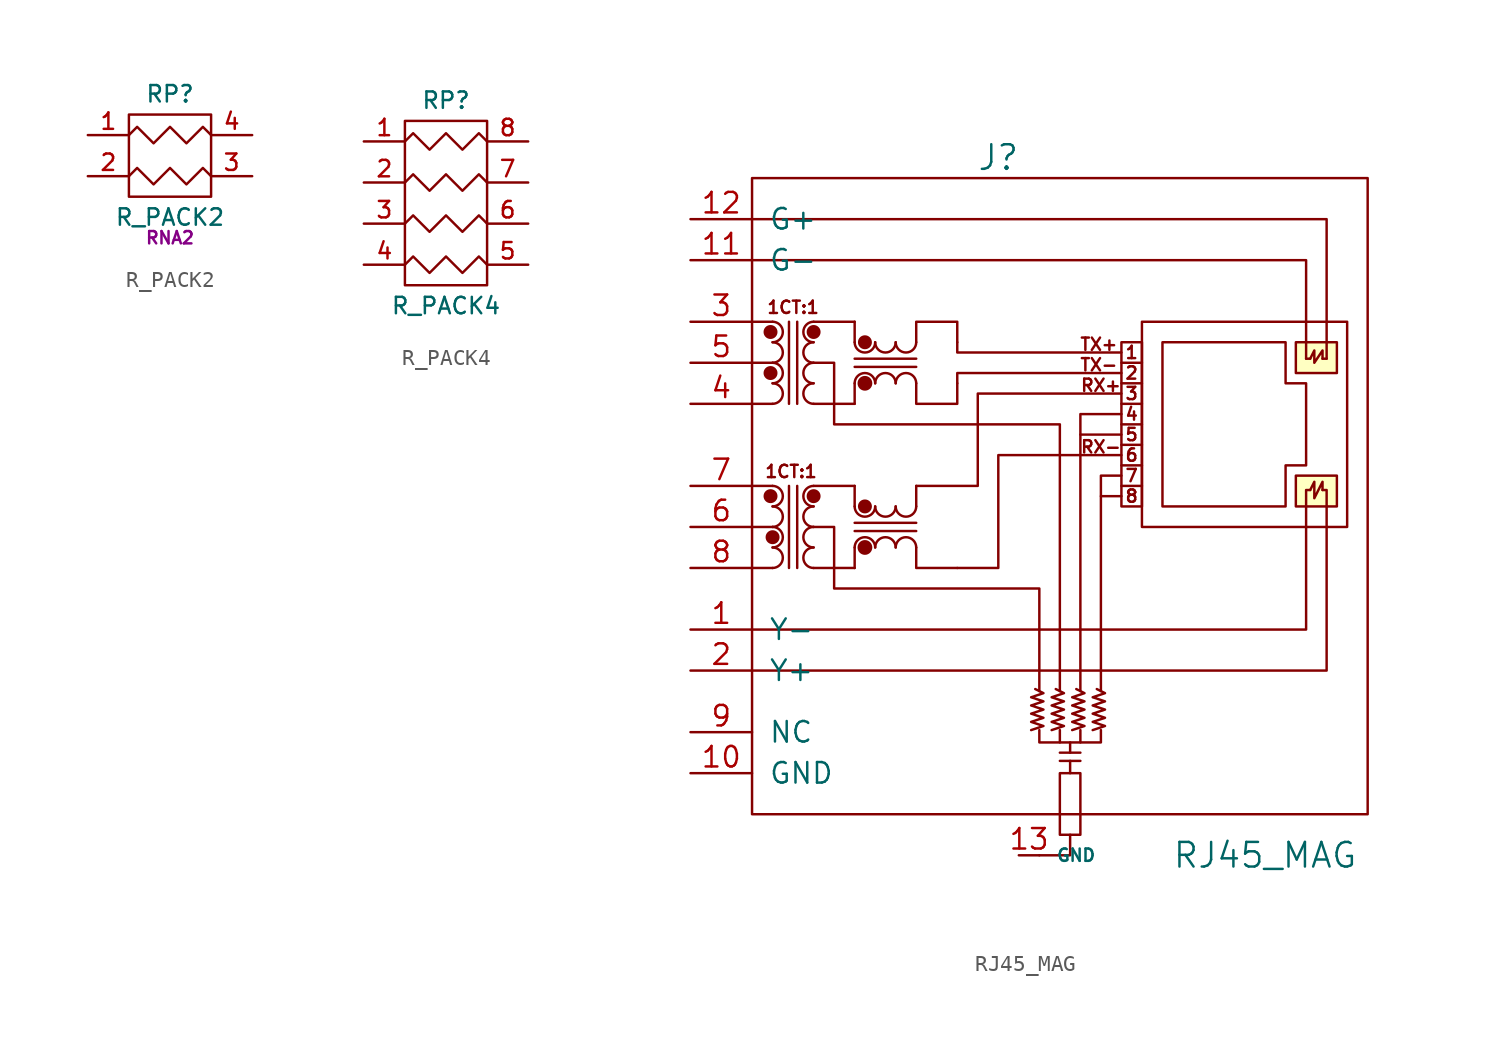
<source format=kicad_sym>
(kicad_symbol_lib
  (version 20220914)
  (generator kicad_symbol_editor)
  (symbol "R_PACK2"
    (pin_names hide)
    (property "Reference" "RP"
      (at 0 3.81 0)
      (effects (font (size 1.016 1.016))))
    (property "Value" "R_PACK2"
      (at 0 -3.81 0)
      (effects (font (size 1.016 1.016))))
    (property "Footprint" "RNA2"
      (at 0 -5.08 0)
      (effects (font (size 0.762 0.762))))
    (property "Datasheet" ""
      (at 0 0 0)
      (effects (font (size 1.524 1.524))))
    (symbol "R_PACK2_0_1"
      (rectangle (start -2.54 2.54) (end 2.54 -2.54) (stroke (width 0) (type default)) (fill (type none)))
      (polyline (pts (xy -2.54 -1.27) (xy -2.032 -0.762) (xy -1.016 -1.778) (xy 0 -0.762) (xy 1.016 -1.778) (xy 2.032 -0.762) (xy 2.54 -1.27)) (stroke (width 0) (type default)) (fill (type none)))
      (polyline (pts (xy -2.54 1.27) (xy -2.032 1.778) (xy -1.016 0.762) (xy 0 1.778) (xy 1.016 0.762) (xy 2.032 1.778) (xy 2.54 1.27)) (stroke (width 0) (type default)) (fill (type none))))
    (symbol "R_PACK2_1_1"
      (pin passive line (at -5.08 1.27 0) (length 2.54) (name "P1" (effects (font (size 1.016 1.016)))) (number "1" (effects (font (size 1.016 1.016)))))
      (pin passive line (at -5.08 -1.27 0) (length 2.54) (name "P2" (effects (font (size 1.016 1.016)))) (number "2" (effects (font (size 1.016 1.016)))))
      (pin passive line (at 5.08 -1.27 180) (length 2.54) (name "R2" (effects (font (size 1.016 1.016)))) (number "3" (effects (font (size 1.016 1.016)))))
      (pin passive line (at 5.08 1.27 180) (length 2.54) (name "R1" (effects (font (size 1.016 1.016)))) (number "4" (effects (font (size 1.016 1.016)))))))
  (symbol "R_PACK4"
    (pin_names hide)
    (property "Reference" "RP"
      (at 0 11.43 0)
      (effects (font (size 1.016 1.016))))
    (property "Value" "R_PACK4"
      (at 0 -1.27 0)
      (effects (font (size 1.016 1.016))))
    (property "Footprint" ""
      (at 0 0 0)
      (effects (font (size 1.524 1.524))))
    (property "Datasheet" ""
      (at 0 0 0)
      (effects (font (size 1.524 1.524))))
    (symbol "R_PACK4_0_1"
      (polyline (pts (xy -2.54 10.16) (xy -2.54 0) (xy 2.54 0) (xy 2.54 10.16) (xy -2.54 10.16)) (stroke (width 0) (type default)) (fill (type none)))
      (polyline (pts (xy -2.54 1.27) (xy -2.032 1.778) (xy -1.016 0.762) (xy 0 1.778) (xy 1.016 0.762) (xy 2.032 1.778) (xy 2.54 1.27)) (stroke (width 0) (type default)) (fill (type none)))
      (polyline (pts (xy -2.54 3.81) (xy -2.032 4.318) (xy -1.016 3.302) (xy 0 4.318) (xy 1.016 3.302) (xy 2.032 4.318) (xy 2.54 3.81)) (stroke (width 0) (type default)) (fill (type none)))
      (polyline (pts (xy -2.54 6.35) (xy -2.032 6.858) (xy -1.016 5.842) (xy 0 6.858) (xy 1.016 5.842) (xy 2.032 6.858) (xy 2.54 6.35)) (stroke (width 0) (type default)) (fill (type none)))
      (polyline (pts (xy -2.54 8.89) (xy -2.032 9.398) (xy -1.016 8.382) (xy 0 9.398) (xy 1.016 8.382) (xy 2.032 9.398) (xy 2.54 8.89)) (stroke (width 0) (type default)) (fill (type none))))
    (symbol "R_PACK4_1_1"
      (pin passive line (at -5.08 8.89 0) (length 2.54) (name "P1" (effects (font (size 1.016 1.016)))) (number "1" (effects (font (size 1.016 1.016)))))
      (pin passive line (at -5.08 6.35 0) (length 2.54) (name "P2" (effects (font (size 1.016 1.016)))) (number "2" (effects (font (size 1.016 1.016)))))
      (pin passive line (at -5.08 3.81 0) (length 2.54) (name "P3" (effects (font (size 1.016 1.016)))) (number "3" (effects (font (size 1.016 1.016)))))
      (pin passive line (at -5.08 1.27 0) (length 2.54) (name "P4" (effects (font (size 1.016 1.016)))) (number "4" (effects (font (size 1.016 1.016)))))
      (pin passive line (at 5.08 1.27 180) (length 2.54) (name "R4" (effects (font (size 1.016 1.016)))) (number "5" (effects (font (size 1.016 1.016)))))
      (pin passive line (at 5.08 3.81 180) (length 2.54) (name "R3" (effects (font (size 1.016 1.016)))) (number "6" (effects (font (size 1.016 1.016)))))
      (pin passive line (at 5.08 6.35 180) (length 2.54) (name "R2" (effects (font (size 1.016 1.016)))) (number "7" (effects (font (size 1.016 1.016)))))
      (pin passive line (at 5.08 8.89 180) (length 2.54) (name "R1" (effects (font (size 1.016 1.016)))) (number "8" (effects (font (size 1.016 1.016)))))))
  (symbol "RJ45_MAG"
    (pin_names
      (offset 1.016))
    (property "Reference" "J"
      (at 0 16.51 0)
      (effects (font (size 1.524 1.524))))
    (property "Value" "RJ45_MAG"
      (at 16.51 -26.67 0)
      (effects (font (size 1.524 1.524))))
    (property "Footprint" ""
      (at 0 0 0)
      (effects (font (size 1.524 1.524))))
    (property "Datasheet" ""
      (at 0 0 0)
      (effects (font (size 1.524 1.524))))
    (symbol "RJ45_MAG_0_0"
      (rectangle (start -15.24 15.24) (end 22.86 -24.13) (stroke (width 0) (type default)) (fill (type none)))
      (circle (center -14.097 -4.445) (radius 0.356) (stroke (width 0) (type default)) (fill (type outline)))
      (circle (center -14.097 3.175) (radius 0.356) (stroke (width 0) (type default)) (fill (type outline)))
      (circle (center -14.097 5.715) (radius 0.356) (stroke (width 0) (type default)) (fill (type outline)))
      (circle (center -13.97 -6.985) (radius 0.356) (stroke (width 0) (type default)) (fill (type outline)))
      (circle (center -11.43 -4.445) (radius 0.356) (stroke (width 0) (type default)) (fill (type outline)))
      (circle (center -11.43 5.715) (radius 0.356) (stroke (width 0) (type default)) (fill (type outline)))
      (circle (center -8.255 -7.62) (radius 0.381) (stroke (width 0) (type default)) (fill (type outline)))
      (circle (center -8.255 -5.08) (radius 0.356) (stroke (width 0) (type default)) (fill (type outline)))
      (circle (center -8.255 2.54) (radius 0.381) (stroke (width 0) (type default)) (fill (type outline)))
      (circle (center -8.255 5.08) (radius 0.356) (stroke (width 0) (type default)) (fill (type outline)))
      (polyline (pts (xy 2.54 -12.7) (xy 2.54 -16.51) (xy 2.54 -16.51)) (stroke (width 0) (type default)) (fill (type none)))
      (polyline (pts (xy 3.81 -20.828) (xy 5.08 -20.828) (xy 5.08 -20.828)) (stroke (width 0) (type default)) (fill (type none)))
      (polyline (pts (xy 3.81 -20.32) (xy 5.08 -20.32) (xy 5.08 -20.32)) (stroke (width 0) (type default)) (fill (type none)))
      (polyline (pts (xy 3.81 -18.923) (xy 3.81 -19.685) (xy 3.81 -19.685)) (stroke (width 0) (type default)) (fill (type none)))
      (polyline (pts (xy 3.81 -12.7) (xy 3.81 -16.51) (xy 3.81 -16.51)) (stroke (width 0) (type default)) (fill (type none)))
      (polyline (pts (xy 4.445 -20.828) (xy 4.445 -21.59) (xy 4.445 -21.59)) (stroke (width 0) (type default)) (fill (type none)))
      (polyline (pts (xy 4.445 -19.685) (xy 4.445 -20.32) (xy 4.445 -20.32)) (stroke (width 0) (type default)) (fill (type none)))
      (polyline (pts (xy 5.08 -18.923) (xy 5.08 -19.685) (xy 5.08 -19.685)) (stroke (width 0) (type default)) (fill (type none)))
      (polyline (pts (xy 5.08 -12.7) (xy 5.08 -16.51) (xy 5.08 -16.51)) (stroke (width 0) (type default)) (fill (type none)))
      (polyline (pts (xy 6.35 -12.7) (xy 6.35 -16.51) (xy 6.35 -16.51)) (stroke (width 0) (type default)) (fill (type none)))
      (polyline (pts (xy 19.05 4.064) (xy 19.304 4.064) (xy 19.304 4.064)) (stroke (width 0) (type default)) (fill (type none)))
      (polyline (pts (xy 19.05 5.08) (xy 19.05 4.064) (xy 19.05 4.064)) (stroke (width 0) (type default)) (fill (type none)))
      (polyline (pts (xy 20.32 4.064) (xy 20.066 4.064) (xy 20.066 4.064)) (stroke (width 0) (type default)) (fill (type none)))
      (polyline (pts (xy 20.32 5.08) (xy 20.32 4.064) (xy 20.32 4.064)) (stroke (width 0) (type default)) (fill (type none)))
      (polyline (pts (xy -15.24 -15.24) (xy 20.32 -15.24) (xy 20.32 -5.08) (xy 20.32 -5.08)) (stroke (width 0) (type default)) (fill (type none)))
      (polyline (pts (xy -15.24 -12.7) (xy 19.05 -12.7) (xy 19.05 -5.08) (xy 19.05 -5.08)) (stroke (width 0) (type default)) (fill (type none)))
      (polyline (pts (xy -15.24 10.16) (xy 19.05 10.16) (xy 19.05 5.08) (xy 19.05 5.08)) (stroke (width 0) (type default)) (fill (type none)))
      (polyline (pts (xy -15.24 12.7) (xy 20.32 12.7) (xy 20.32 5.08) (xy 20.32 5.08)) (stroke (width 0) (type default)) (fill (type none)))
      (polyline (pts (xy 3.81 -26.67) (xy 4.445 -26.67) (xy 4.445 -25.4) (xy 4.445 -25.4)) (stroke (width 0) (type default)) (fill (type none)))
      (polyline (pts (xy 19.05 -5.08) (xy 19.05 -4.064) (xy 19.304 -4.064) (xy 19.304 -4.064)) (stroke (width 0) (type default)) (fill (type none)))
      (polyline (pts (xy 20.32 -5.08) (xy 20.32 -4.064) (xy 20.066 -4.064) (xy 20.066 -4.064)) (stroke (width 0) (type default)) (fill (type none)))
      (polyline (pts (xy 2.54 -18.923) (xy 2.54 -19.685) (xy 6.35 -19.685) (xy 6.35 -18.923) (xy 6.35 -18.923)) (stroke (width 0) (type default)) (fill (type none)))
      (polyline (pts (xy -11.43 3.81) (xy -10.16 3.81) (xy -10.16 0) (xy 3.81 0) (xy 3.81 -12.7) (xy 3.81 -12.7)) (stroke (width 0) (type default)) (fill (type none)))
      (polyline (pts (xy 2.54 -12.7) (xy 2.54 -10.16) (xy -10.16 -10.16) (xy -10.16 -6.35) (xy -11.43 -6.35) (xy -11.43 -6.35)) (stroke (width 0) (type default)) (fill (type none)))
      (polyline (pts (xy 18.415 -5.08) (xy 20.955 -5.08) (xy 20.955 -3.175) (xy 18.415 -3.175) (xy 18.415 -5.08) (xy 18.415 -5.08)) (stroke (width 0) (type default)) (fill (type background)))
      (polyline (pts (xy 18.415 5.08) (xy 20.955 5.08) (xy 20.955 3.175) (xy 18.415 3.175) (xy 18.415 5.08) (xy 18.415 5.08)) (stroke (width 0) (type default)) (fill (type background)))
      (polyline (pts (xy 19.304 -4.064) (xy 19.558 -3.556) (xy 19.558 -4.572) (xy 20.066 -3.556) (xy 20.066 -4.064) (xy 20.066 -4.064)) (stroke (width 0) (type default)) (fill (type none)))
      (polyline (pts (xy 19.304 4.064) (xy 19.558 4.572) (xy 19.558 3.81) (xy 20.066 4.572) (xy 20.066 4.064) (xy 20.066 4.064)) (stroke (width 0) (type default)) (fill (type none)))
      (polyline (pts (xy 4.445 -21.59) (xy 3.81 -21.59) (xy 3.81 -25.4) (xy 5.08 -25.4) (xy 5.08 -21.59) (xy 4.445 -21.59) (xy 4.445 -21.59)) (stroke (width 0) (type default)) (fill (type none)))
      (polyline (pts (xy 10.16 5.08) (xy 17.78 5.08) (xy 17.78 2.54) (xy 19.05 2.54) (xy 19.05 -2.54) (xy 17.78 -2.54) (xy 17.78 -5.08) (xy 10.16 -5.08) (xy 10.16 5.08) (xy 10.16 5.08)) (stroke (width 0) (type default)) (fill (type none)))
      (polyline (pts (xy 2.286 -16.383) (xy 2.794 -16.637) (xy 2.032 -16.891) (xy 2.794 -17.145) (xy 2.032 -17.399) (xy 2.794 -17.653) (xy 2.032 -17.907) (xy 2.794 -18.161) (xy 2.032 -18.415) (xy 2.794 -18.669) (xy 2.032 -18.923) (xy 2.032 -18.923)) (stroke (width 0) (type default)) (fill (type none)))
      (polyline (pts (xy 3.556 -16.383) (xy 4.064 -16.637) (xy 3.302 -16.891) (xy 4.064 -17.145) (xy 3.302 -17.399) (xy 4.064 -17.653) (xy 3.302 -17.907) (xy 4.064 -18.161) (xy 3.302 -18.415) (xy 4.064 -18.669) (xy 3.302 -18.923) (xy 3.302 -18.923)) (stroke (width 0) (type default)) (fill (type none)))
      (polyline (pts (xy 4.826 -16.383) (xy 5.334 -16.637) (xy 4.572 -16.891) (xy 5.334 -17.145) (xy 4.572 -17.399) (xy 5.334 -17.653) (xy 4.572 -17.907) (xy 5.334 -18.161) (xy 4.572 -18.415) (xy 5.334 -18.669) (xy 4.572 -18.923) (xy 4.572 -18.923)) (stroke (width 0) (type default)) (fill (type none)))
      (polyline (pts (xy 6.096 -16.383) (xy 6.604 -16.637) (xy 5.842 -16.891) (xy 6.604 -17.145) (xy 5.842 -17.399) (xy 6.604 -17.653) (xy 5.842 -17.907) (xy 6.604 -18.161) (xy 5.842 -18.415) (xy 6.604 -18.669) (xy 5.842 -18.923) (xy 5.842 -18.923)) (stroke (width 0) (type default)) (fill (type none)))
      (rectangle (start 8.89 6.35) (end 21.59 -6.35) (stroke (width 0) (type default)) (fill (type none)))
      (text "1" (at 8.255 4.445 0) (effects (font (size 0.762 0.762))))
      (text "1CT:1" (at -12.827 -2.921 0) (effects (font (size 0.762 0.762))))
      (text "1CT:1" (at -12.7 7.239 0) (effects (font (size 0.762 0.762))))
      (text "2" (at 8.255 3.175 0) (effects (font (size 0.762 0.762))))
      (text "3" (at 8.255 1.905 0) (effects (font (size 0.762 0.762))))
      (text "4" (at 8.255 0.635 0) (effects (font (size 0.762 0.762))))
      (text "5" (at 8.255 -0.635 0) (effects (font (size 0.762 0.762))))
      (text "6" (at 8.255 -1.905 0) (effects (font (size 0.762 0.762))))
      (text "7" (at 8.255 -3.175 0) (effects (font (size 0.762 0.762))))
      (text "8" (at 8.255 -4.445 0) (effects (font (size 0.762 0.762))))
      (text "RX+" (at 6.35 2.413 0) (effects (font (size 0.762 0.762))))
      (text "RX-" (at 6.35 -1.397 0) (effects (font (size 0.762 0.762))))
      (text "TX+" (at 6.223 4.953 0) (effects (font (size 0.762 0.762))))
      (text "TX-" (at 6.223 3.683 0) (effects (font (size 0.762 0.762)))))
    (symbol "RJ45_MAG_0_1"
      (arc (start -13.97 -8.89) (mid -13.3377 -8.255) (end -13.97 -7.62) (stroke (width 0) (type default)) (fill (type none)))
      (arc (start -13.97 -7.62) (mid -13.3377 -6.985) (end -13.97 -6.35) (stroke (width 0) (type default)) (fill (type none)))
      (arc (start -13.97 -6.35) (mid -13.3377 -5.715) (end -13.97 -5.08) (stroke (width 0) (type default)) (fill (type none)))
      (arc (start -13.97 -5.08) (mid -13.3377 -4.445) (end -13.97 -3.81) (stroke (width 0) (type default)) (fill (type none)))
      (arc (start -13.97 1.27) (mid -13.3377 1.905) (end -13.97 2.54) (stroke (width 0) (type default)) (fill (type none)))
      (arc (start -13.97 2.54) (mid -13.3377 3.175) (end -13.97 3.81) (stroke (width 0) (type default)) (fill (type none)))
      (arc (start -13.97 3.81) (mid -13.3377 4.445) (end -13.97 5.08) (stroke (width 0) (type default)) (fill (type none)))
      (arc (start -13.97 5.08) (mid -13.3377 5.715) (end -13.97 6.35) (stroke (width 0) (type default)) (fill (type none)))
      (arc (start -11.43 -7.62) (mid -12.0623 -8.255) (end -11.43 -8.89) (stroke (width 0) (type default)) (fill (type none)))
      (arc (start -11.43 -6.35) (mid -12.0623 -6.985) (end -11.43 -7.62) (stroke (width 0) (type default)) (fill (type none)))
      (arc (start -11.43 -5.08) (mid -12.0623 -5.715) (end -11.43 -6.35) (stroke (width 0) (type default)) (fill (type none)))
      (arc (start -11.43 -3.81) (mid -12.0623 -4.445) (end -11.43 -5.08) (stroke (width 0) (type default)) (fill (type none)))
      (arc (start -11.43 2.54) (mid -12.0623 1.905) (end -11.43 1.27) (stroke (width 0) (type default)) (fill (type none)))
      (arc (start -11.43 3.81) (mid -12.0623 3.175) (end -11.43 2.54) (stroke (width 0) (type default)) (fill (type none)))
      (arc (start -11.43 5.08) (mid -12.0623 4.445) (end -11.43 3.81) (stroke (width 0) (type default)) (fill (type none)))
      (arc (start -11.43 6.35) (mid -12.0623 5.715) (end -11.43 5.08) (stroke (width 0) (type default)) (fill (type none)))
      (arc (start -8.89 -5.08) (mid -8.255 -5.7123) (end -7.62 -5.08) (stroke (width 0) (type default)) (fill (type none)))
      (arc (start -8.89 5.08) (mid -8.255 4.4477) (end -7.62 5.08) (stroke (width 0) (type default)) (fill (type none)))
      (arc (start -7.62 -7.62) (mid -8.255 -6.9877) (end -8.89 -7.62) (stroke (width 0) (type default)) (fill (type none)))
      (arc (start -7.62 -5.08) (mid -6.985 -5.7123) (end -6.35 -5.08) (stroke (width 0) (type default)) (fill (type none)))
      (arc (start -7.62 2.54) (mid -8.255 3.1723) (end -8.89 2.54) (stroke (width 0) (type default)) (fill (type none)))
      (arc (start -7.62 5.08) (mid -6.985 4.4477) (end -6.35 5.08) (stroke (width 0) (type default)) (fill (type none)))
      (arc (start -6.35 -7.62) (mid -6.985 -6.9877) (end -7.62 -7.62) (stroke (width 0) (type default)) (fill (type none)))
      (arc (start -6.35 -5.08) (mid -5.715 -5.7123) (end -5.08 -5.08) (stroke (width 0) (type default)) (fill (type none)))
      (arc (start -6.35 2.54) (mid -6.985 3.1723) (end -7.62 2.54) (stroke (width 0) (type default)) (fill (type none)))
      (arc (start -6.35 5.08) (mid -5.715 4.4477) (end -5.08 5.08) (stroke (width 0) (type default)) (fill (type none)))
      (arc (start -5.08 -7.62) (mid -5.715 -6.9877) (end -6.35 -7.62) (stroke (width 0) (type default)) (fill (type none)))
      (arc (start -5.08 2.54) (mid -5.715 3.1723) (end -6.35 2.54) (stroke (width 0) (type default)) (fill (type none)))
      (polyline (pts (xy -15.24 -8.89) (xy -13.97 -8.89) (xy -13.97 -8.89)) (stroke (width 0) (type default)) (fill (type none)))
      (polyline (pts (xy -15.24 -6.35) (xy -13.97 -6.35) (xy -13.97 -6.35)) (stroke (width 0) (type default)) (fill (type none)))
      (polyline (pts (xy -15.24 1.27) (xy -13.97 1.27) (xy -13.97 1.27)) (stroke (width 0) (type default)) (fill (type none)))
      (polyline (pts (xy -15.24 3.81) (xy -13.97 3.81) (xy -13.97 3.81)) (stroke (width 0) (type default)) (fill (type none)))
      (polyline (pts (xy -12.954 -3.81) (xy -12.954 -8.89) (xy -12.954 -8.89)) (stroke (width 0) (type default)) (fill (type none)))
      (polyline (pts (xy -12.954 6.35) (xy -12.954 1.27) (xy -12.954 1.27)) (stroke (width 0) (type default)) (fill (type none)))
      (polyline (pts (xy -12.446 -3.81) (xy -12.446 -8.89) (xy -12.446 -8.89)) (stroke (width 0) (type default)) (fill (type none)))
      (polyline (pts (xy -12.446 6.35) (xy -12.446 1.27) (xy -12.446 1.27)) (stroke (width 0) (type default)) (fill (type none)))
      (polyline (pts (xy -11.43 -8.89) (xy -8.89 -8.89) (xy -8.89 -8.89)) (stroke (width 0) (type default)) (fill (type none)))
      (polyline (pts (xy -11.43 -3.81) (xy -8.89 -3.81) (xy -8.89 -3.81)) (stroke (width 0) (type default)) (fill (type none)))
      (polyline (pts (xy -11.43 1.27) (xy -8.89 1.27) (xy -8.89 1.27)) (stroke (width 0) (type default)) (fill (type none)))
      (polyline (pts (xy -11.43 6.35) (xy -8.89 6.35) (xy -8.89 6.35)) (stroke (width 0) (type default)) (fill (type none)))
      (polyline (pts (xy -8.89 -8.89) (xy -8.89 -7.62) (xy -8.89 -7.62)) (stroke (width 0) (type default)) (fill (type none)))
      (polyline (pts (xy -8.89 -6.604) (xy -5.08 -6.604) (xy -5.08 -6.604)) (stroke (width 0) (type default)) (fill (type none)))
      (polyline (pts (xy -8.89 -6.096) (xy -5.08 -6.096) (xy -5.08 -6.096)) (stroke (width 0) (type default)) (fill (type none)))
      (polyline (pts (xy -8.89 -3.81) (xy -8.89 -5.08) (xy -8.89 -5.08)) (stroke (width 0) (type default)) (fill (type none)))
      (polyline (pts (xy -8.89 1.27) (xy -8.89 2.54) (xy -8.89 2.54)) (stroke (width 0) (type default)) (fill (type none)))
      (polyline (pts (xy -8.89 3.556) (xy -5.08 3.556) (xy -5.08 3.556)) (stroke (width 0) (type default)) (fill (type none)))
      (polyline (pts (xy -8.89 4.064) (xy -5.08 4.064) (xy -5.08 4.064)) (stroke (width 0) (type default)) (fill (type none)))
      (polyline (pts (xy -8.89 6.35) (xy -8.89 5.08) (xy -8.89 5.08)) (stroke (width 0) (type default)) (fill (type none)))
      (polyline (pts (xy 2.54 -26.67) (xy 3.81 -26.67) (xy 3.81 -26.67)) (stroke (width 0) (type default)) (fill (type none)))
      (polyline (pts (xy 5.08 -0.635) (xy 5.08 -12.7) (xy 5.08 -12.7)) (stroke (width 0) (type default)) (fill (type none)))
      (polyline (pts (xy 7.62 -4.445) (xy 6.35 -4.445) (xy 6.35 -4.445)) (stroke (width 0) (type default)) (fill (type none)))
      (polyline (pts (xy 7.62 -3.81) (xy 8.89 -3.81) (xy 8.89 -3.81)) (stroke (width 0) (type default)) (fill (type none)))
      (polyline (pts (xy 7.62 -2.54) (xy 8.89 -2.54) (xy 8.89 -2.54)) (stroke (width 0) (type default)) (fill (type none)))
      (polyline (pts (xy 7.62 -1.27) (xy 8.89 -1.27) (xy 8.89 -1.27)) (stroke (width 0) (type default)) (fill (type none)))
      (polyline (pts (xy 7.62 0) (xy 8.89 0) (xy 8.89 0)) (stroke (width 0) (type default)) (fill (type none)))
      (polyline (pts (xy 7.62 2.54) (xy 8.89 2.54) (xy 8.89 2.54)) (stroke (width 0) (type default)) (fill (type none)))
      (polyline (pts (xy 7.62 3.81) (xy 8.89 3.81) (xy 8.89 3.81)) (stroke (width 0) (type default)) (fill (type none)))
      (polyline (pts (xy -15.24 -3.81) (xy -13.97 -3.81) (xy -13.97 -3.81) (xy -13.97 -3.81)) (stroke (width 0) (type default)) (fill (type none)))
      (polyline (pts (xy -15.24 6.35) (xy -13.97 6.35) (xy -13.97 6.35) (xy -13.97 6.35)) (stroke (width 0) (type default)) (fill (type none)))
      (polyline (pts (xy -5.08 -5.08) (xy -5.08 -3.81) (xy -5.08 -3.81) (xy -5.08 -3.81)) (stroke (width 0) (type default)) (fill (type none)))
      (polyline (pts (xy -2.54 -8.89) (xy -5.08 -8.89) (xy -5.08 -7.62) (xy -5.08 -7.62)) (stroke (width 0) (type default)) (fill (type none)))
      (polyline (pts (xy -2.54 5.08) (xy -2.54 4.445) (xy 7.62 4.445) (xy 7.62 4.445)) (stroke (width 0) (type default)) (fill (type none)))
      (polyline (pts (xy 7.62 -3.175) (xy 6.35 -3.175) (xy 6.35 -12.7) (xy 6.35 -12.7)) (stroke (width 0) (type default)) (fill (type none)))
      (polyline (pts (xy 7.62 1.27) (xy 7.62 1.27) (xy 8.89 1.27) (xy 8.89 1.27)) (stroke (width 0) (type default)) (fill (type none)))
      (polyline (pts (xy 7.62 3.175) (xy -2.54 3.175) (xy -2.54 2.54) (xy -2.54 2.54)) (stroke (width 0) (type default)) (fill (type none)))
      (polyline (pts (xy -5.08 2.54) (xy -5.08 1.27) (xy -2.54 1.27) (xy -2.54 2.54) (xy -2.54 2.54)) (stroke (width 0) (type default)) (fill (type none)))
      (polyline (pts (xy -5.08 5.08) (xy -5.08 6.35) (xy -2.54 6.35) (xy -2.54 5.08) (xy -2.54 5.08)) (stroke (width 0) (type default)) (fill (type none)))
      (polyline (pts (xy 7.62 -1.905) (xy 0 -1.905) (xy 0 -8.89) (xy -2.54 -8.89) (xy -2.54 -8.89)) (stroke (width 0) (type default)) (fill (type none)))
      (polyline (pts (xy 7.62 0.635) (xy 5.08 0.635) (xy 5.08 -0.635) (xy 7.62 -0.635) (xy 7.62 -0.635)) (stroke (width 0) (type default)) (fill (type none)))
      (polyline (pts (xy -5.08 -3.81) (xy -2.54 -3.81) (xy -1.27 -3.81) (xy -1.27 1.905) (xy 7.62 1.905) (xy 7.62 1.905)) (stroke (width 0) (type default)) (fill (type none)))
      (polyline (pts (xy 7.62 5.08) (xy 7.62 -5.08) (xy 8.89 -5.08) (xy 8.89 5.08) (xy 7.62 5.08) (xy 7.62 5.08)) (stroke (width 0) (type default)) (fill (type none))))
    (symbol "RJ45_MAG_1_1"
      (pin input line (at -19.05 -12.7 0) (length 3.81) (name "Y-" (effects (font (size 1.27 1.27)))) (number "1" (effects (font (size 1.27 1.27)))))
      (pin input line (at -19.05 -21.59 0) (length 3.81) (name "GND" (effects (font (size 1.27 1.27)))) (number "10" (effects (font (size 1.27 1.27)))))
      (pin input line (at -19.05 10.16 0) (length 3.81) (name "G-" (effects (font (size 1.27 1.27)))) (number "11" (effects (font (size 1.27 1.27)))))
      (pin input line (at -19.05 12.7 0) (length 3.81) (name "G+" (effects (font (size 1.27 1.27)))) (number "12" (effects (font (size 1.27 1.27)))))
      (pin input line (at 1.27 -26.67 0) (length 1.27) (name "GND" (effects (font (size 0.762 0.762)))) (number "13" (effects (font (size 1.27 1.27)))))
      (pin input line (at -19.05 -15.24 0) (length 3.81) (name "Y+" (effects (font (size 1.27 1.27)))) (number "2" (effects (font (size 1.27 1.27)))))
      (pin input line (at -19.05 6.35 0) (length 3.81) (name "~" (effects (font (size 1.27 1.27)))) (number "3" (effects (font (size 1.27 1.27)))))
      (pin input line (at -19.05 1.27 0) (length 3.81) (name "~" (effects (font (size 1.27 1.27)))) (number "4" (effects (font (size 1.27 1.27)))))
      (pin input line (at -19.05 3.81 0) (length 3.81) (name "~" (effects (font (size 1.27 1.27)))) (number "5" (effects (font (size 1.27 1.27)))))
      (pin input line (at -19.05 -6.35 0) (length 3.81) (name "~" (effects (font (size 1.27 1.27)))) (number "6" (effects (font (size 1.27 1.27)))))
      (pin input line (at -19.05 -3.81 0) (length 3.81) (name "~" (effects (font (size 1.27 1.27)))) (number "7" (effects (font (size 1.27 1.27)))))
      (pin input line (at -19.05 -8.89 0) (length 3.81) (name "~" (effects (font (size 1.27 1.27)))) (number "8" (effects (font (size 1.27 1.27)))))
      (pin input line (at -19.05 -19.05 0) (length 3.81) (name "NC" (effects (font (size 1.27 1.27)))) (number "9" (effects (font (size 1.27 1.27))))))))
</source>
